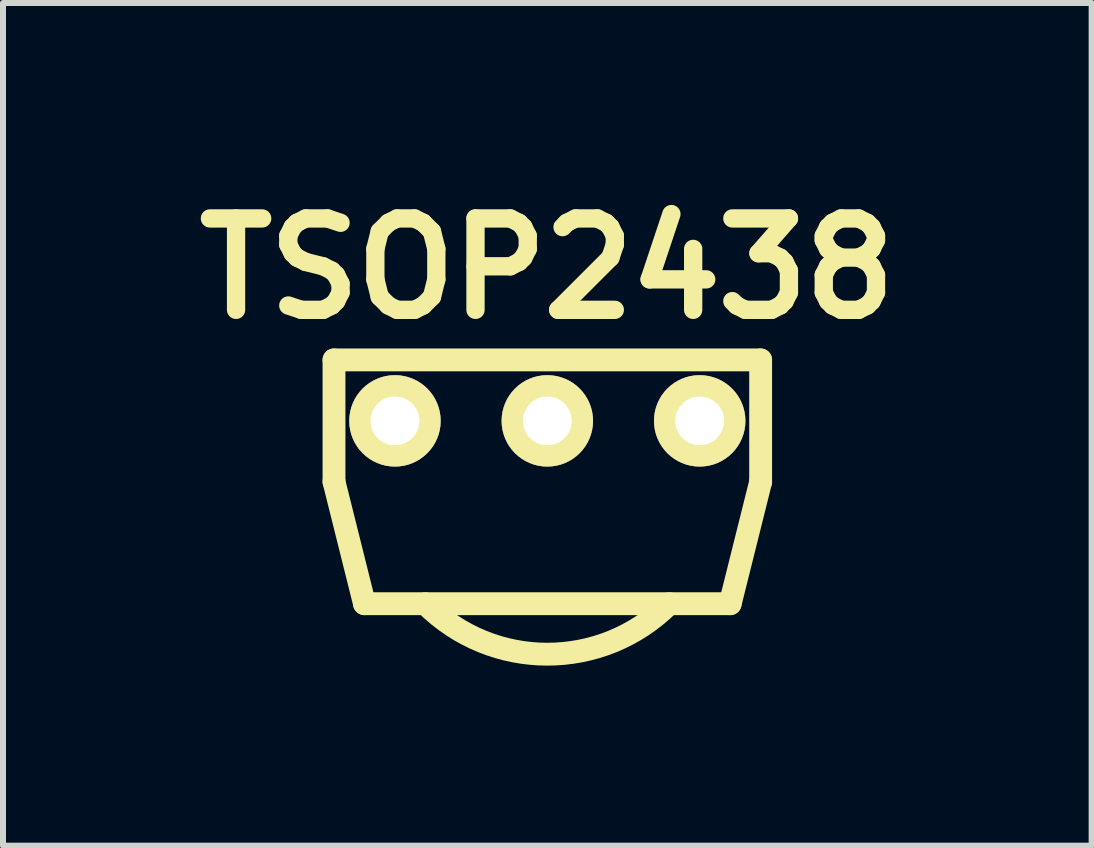
<source format=kicad_pcb>
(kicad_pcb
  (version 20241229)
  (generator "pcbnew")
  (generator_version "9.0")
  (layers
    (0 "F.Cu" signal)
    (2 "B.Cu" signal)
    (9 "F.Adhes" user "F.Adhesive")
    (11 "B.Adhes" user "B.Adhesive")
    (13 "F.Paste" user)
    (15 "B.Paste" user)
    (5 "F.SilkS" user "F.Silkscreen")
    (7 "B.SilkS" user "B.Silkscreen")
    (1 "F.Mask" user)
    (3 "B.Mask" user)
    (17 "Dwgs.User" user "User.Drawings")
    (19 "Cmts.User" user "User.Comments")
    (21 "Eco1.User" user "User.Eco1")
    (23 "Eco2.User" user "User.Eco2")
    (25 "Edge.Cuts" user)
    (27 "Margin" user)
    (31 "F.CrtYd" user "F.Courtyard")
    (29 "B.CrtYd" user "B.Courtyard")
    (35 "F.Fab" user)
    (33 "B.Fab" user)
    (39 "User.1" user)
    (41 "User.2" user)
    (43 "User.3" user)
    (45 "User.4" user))
  (footprint "TSOP2438"
    (layer "F.Cu")
    (at 6.074 3.966)
    (property "Reference" "TSOP2438" (at 0 -2.54 0) (layer "F.SilkS") (effects (font (size 1.524 1.524) (thickness 0.305))))
    (attr through_hole)
    (fp_line (start -3.556 -1.016) (end -3.556 1.016) (stroke (width 0.381) (type solid)) (layer "F.SilkS"))
    (fp_line (start -3.556 1.016) (end -3.048 3.048) (stroke (width 0.381) (type solid)) (layer "F.SilkS"))
    (fp_line (start -3.048 3.048) (end 3.048 3.048) (stroke (width 0.381) (type solid)) (layer "F.SilkS"))
    (fp_line (start 3.048 3.048) (end 3.556 1.016) (stroke (width 0.381) (type solid)) (layer "F.SilkS"))
    (fp_line (start 3.556 -1.016) (end -3.556 -1.016) (stroke (width 0.381) (type solid)) (layer "F.SilkS"))
    (fp_line (start 3.556 1.016) (end 3.556 -1.016) (stroke (width 0.381) (type solid)) (layer "F.SilkS"))
    (fp_arc (start 2.032 3.048) (mid 0 3.889682) (end -2.032 3.048) (stroke (width 0.381) (type solid)) (layer "F.SilkS"))
    (pad "1" thru_hole circle (at -2.54 0) (size 1.524 1.524) (drill 0.813) (layers "*.Cu" "*.Mask" "F.SilkS"))
    (pad "2" thru_hole circle (at 2.54 0) (size 1.524 1.524) (drill 0.813) (layers "*.Cu" "*.Mask" "F.SilkS"))
    (pad "3" thru_hole circle (at 0 0) (size 1.524 1.524) (drill 0.813) (layers "*.Cu" "*.Mask" "F.SilkS")))
  (gr_rect
    (start -3 -3)
    (end 15.148 11.047)
    (stroke (width 0.1) (type default))
    (fill no)
    (layer "Edge.Cuts")))
</source>
